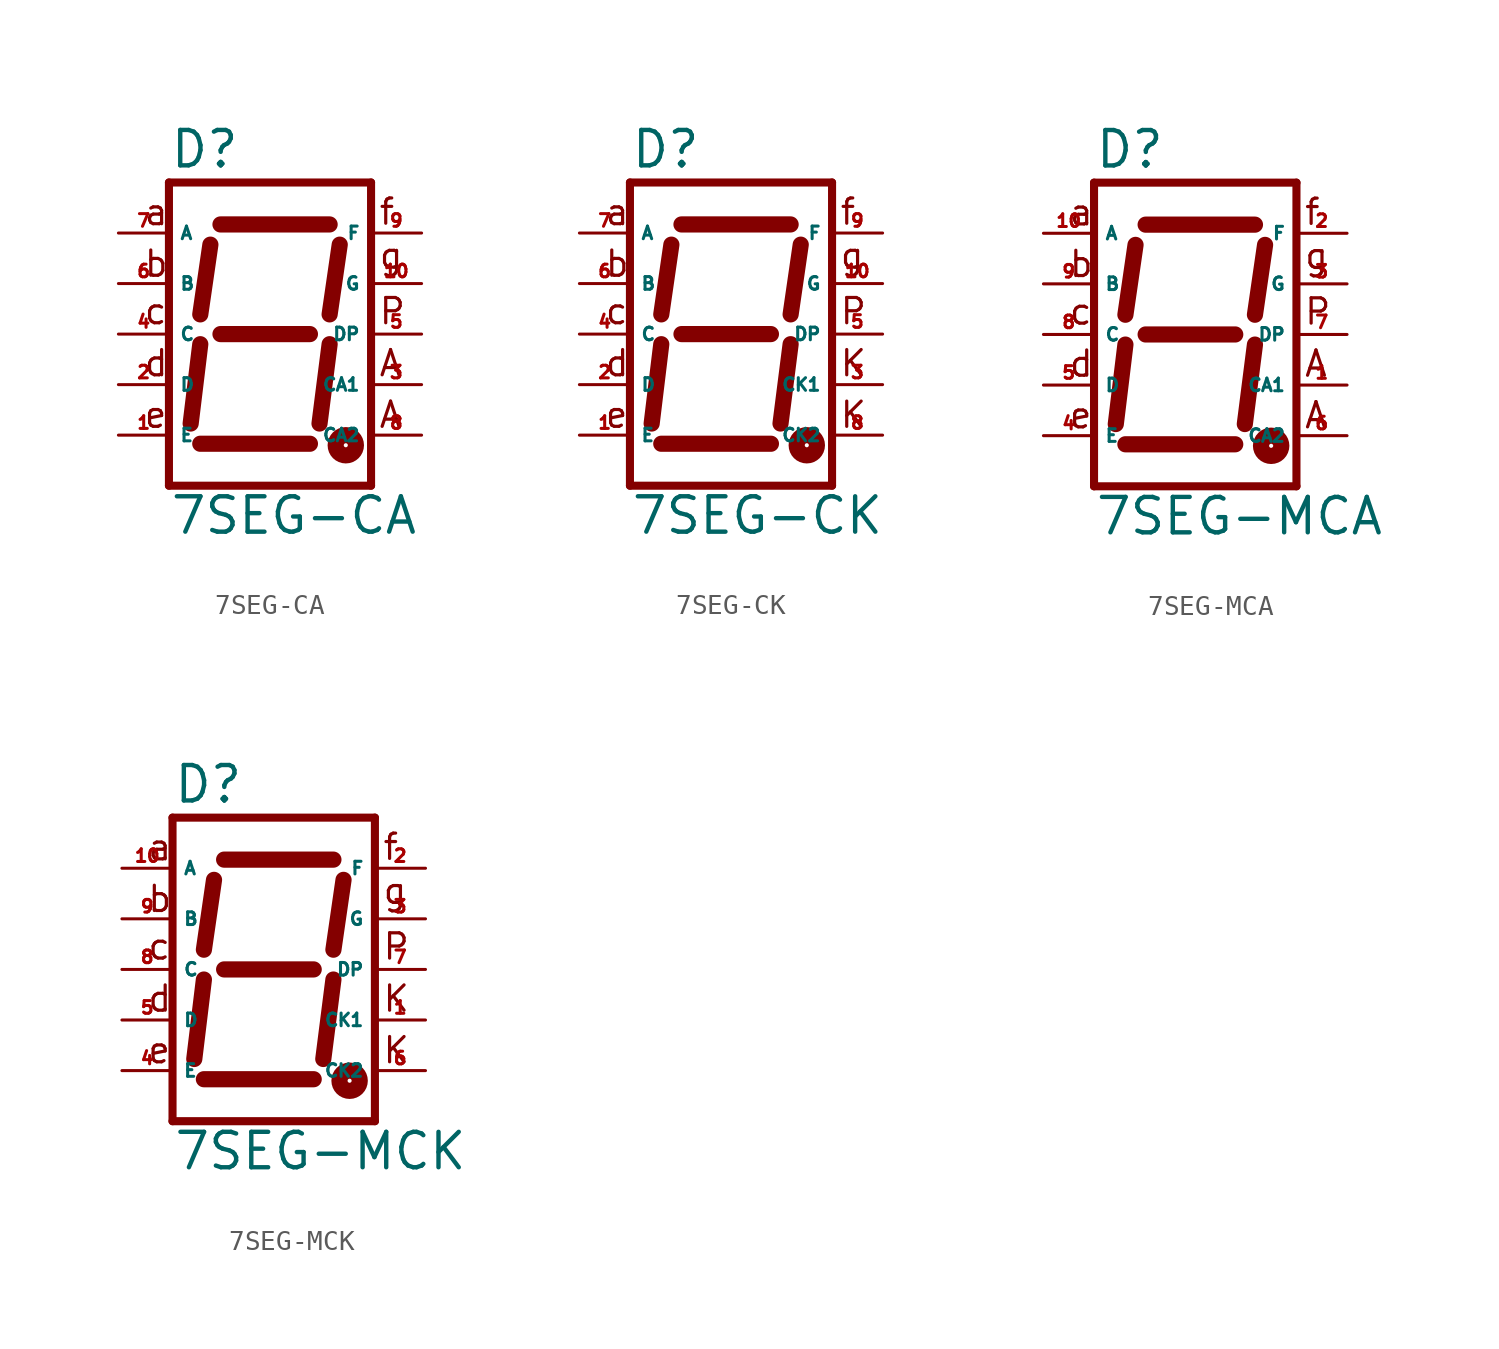
<source format=kicad_sym>
(kicad_symbol_lib
  (version 20220914)
  (generator Eagle2Kicad)
  (symbol "7SEG-CA"
    (property "Reference" "D"
      (at -5.08 8.255 0)
      (effects (font (size 1.778 1.778) (thickness 0.22)) (justify left bottom)))
    (property "Value" "7SEG-CA"
      (at -5.08 -10.16 0)
      (effects (font (size 1.778 1.778) (thickness 0.22)) (justify left bottom)))
    (polyline
      (pts (xy -5.08 7.62) (xy -5.08 -7.62))
      (stroke (width 0.406) (type default))
      (fill (type none)))
    (polyline
      (pts (xy -5.08 -7.62) (xy 5.08 -7.62))
      (stroke (width 0.406) (type default))
      (fill (type none)))
    (polyline
      (pts (xy 5.08 -7.62) (xy 5.08 7.62))
      (stroke (width 0.406) (type default))
      (fill (type none)))
    (polyline
      (pts (xy 5.08 7.62) (xy -5.08 7.62))
      (stroke (width 0.406) (type default))
      (fill (type none)))
    (polyline
      (pts (xy -2.489 5.512) (xy 2.997 5.512))
      (stroke (width 0.813) (type default))
      (fill (type none)))
    (polyline
      (pts (xy -3.505 -5.512) (xy 2.007 -5.512))
      (stroke (width 0.813) (type default))
      (fill (type none)))
    (polyline
      (pts (xy -2.997 4.496) (xy -3.505 0.991))
      (stroke (width 0.813) (type default))
      (fill (type none)))
    (polyline
      (pts (xy -3.505 -0.508) (xy -3.988 -4.496))
      (stroke (width 0.813) (type default))
      (fill (type none)))
    (polyline
      (pts (xy 3.505 4.496) (xy 2.997 0.991))
      (stroke (width 0.813) (type default))
      (fill (type none)))
    (polyline
      (pts (xy 2.997 -0.508) (xy 2.489 -4.496))
      (stroke (width 0.813) (type default))
      (fill (type none)))
    (polyline
      (pts (xy -2.489 0) (xy 2.007 0))
      (stroke (width 0.813) (type default))
      (fill (type none)))
    (text "a"
      (at -6.401 5.385 0)
      (effects (font (size 1.27 1.27) (thickness 0.16)) (justify left bottom)))
    (text "b"
      (at -6.401 2.794 0)
      (effects (font (size 1.27 1.27) (thickness 0.16)) (justify left bottom)))
    (text "c"
      (at -6.401 0.406 0)
      (effects (font (size 1.27 1.27) (thickness 0.16)) (justify left bottom)))
    (text "d"
      (at -6.401 -2.21 0)
      (effects (font (size 1.27 1.27) (thickness 0.16)) (justify left bottom)))
    (text "e"
      (at -6.401 -4.801 0)
      (effects (font (size 1.27 1.27) (thickness 0.16)) (justify left bottom)))
    (text "f"
      (at 5.41 5.41 0)
      (effects (font (size 1.27 1.27) (thickness 0.16)) (justify left bottom)))
    (text "g"
      (at 5.41 3.2 0)
      (effects (font (size 1.27 1.27) (thickness 0.16)) (justify left bottom)))
    (text "P"
      (at 5.41 0.406 0)
      (effects (font (size 1.27 1.27) (thickness 0.16)) (justify left bottom)))
    (text "A"
      (at 5.41 -2.21 0)
      (effects (font (size 1.27 1.27) (thickness 0.16)) (justify left bottom)))
    (text "A"
      (at 5.41 -4.801 0)
      (effects (font (size 1.27 1.27) (thickness 0.16)) (justify left bottom)))
    (circle
      (center 3.81 -5.588)
      (radius 0.102)
      (stroke (width 0.813) (type default))
      (fill (type none)))
    (pin passive line
      (at -7.62 0 0)
      (length 2.54)
      (name "C" (effects (font (size 0.635 0.635) (thickness 0.08)) (justify left bottom)))
      (number "4" (effects (font (size 0.635 0.635) (thickness 0.08)) (justify left bottom))))
    (pin passive line
      (at -7.62 2.54 0)
      (length 2.54)
      (name "B" (effects (font (size 0.635 0.635) (thickness 0.08)) (justify left bottom)))
      (number "6" (effects (font (size 0.635 0.635) (thickness 0.08)) (justify left bottom))))
    (pin passive line
      (at -7.62 5.08 0)
      (length 2.54)
      (name "A" (effects (font (size 0.635 0.635) (thickness 0.08)) (justify left bottom)))
      (number "7" (effects (font (size 0.635 0.635) (thickness 0.08)) (justify left bottom))))
    (pin passive line
      (at -7.62 -2.54 0)
      (length 2.54)
      (name "D" (effects (font (size 0.635 0.635) (thickness 0.08)) (justify left bottom)))
      (number "2" (effects (font (size 0.635 0.635) (thickness 0.08)) (justify left bottom))))
    (pin passive line
      (at -7.62 -5.08 0)
      (length 2.54)
      (name "E" (effects (font (size 0.635 0.635) (thickness 0.08)) (justify left bottom)))
      (number "1" (effects (font (size 0.635 0.635) (thickness 0.08)) (justify left bottom))))
    (pin passive line
      (at 7.62 -2.54 180)
      (length 2.54)
      (name "CA1" (effects (font (size 0.635 0.635) (thickness 0.08)) (justify left bottom)))
      (number "3" (effects (font (size 0.635 0.635) (thickness 0.08)) (justify left bottom))))
    (pin passive line
      (at 7.62 0 180)
      (length 2.54)
      (name "DP" (effects (font (size 0.635 0.635) (thickness 0.08)) (justify left bottom)))
      (number "5" (effects (font (size 0.635 0.635) (thickness 0.08)) (justify left bottom))))
    (pin passive line
      (at 7.62 2.54 180)
      (length 2.54)
      (name "G" (effects (font (size 0.635 0.635) (thickness 0.08)) (justify left bottom)))
      (number "10" (effects (font (size 0.635 0.635) (thickness 0.08)) (justify left bottom))))
    (pin passive line
      (at 7.62 5.08 180)
      (length 2.54)
      (name "F" (effects (font (size 0.635 0.635) (thickness 0.08)) (justify left bottom)))
      (number "9" (effects (font (size 0.635 0.635) (thickness 0.08)) (justify left bottom))))
    (pin passive line
      (at 7.62 -5.08 180)
      (length 2.54)
      (name "CA2" (effects (font (size 0.635 0.635) (thickness 0.08)) (justify left bottom)))
      (number "8" (effects (font (size 0.635 0.635) (thickness 0.08)) (justify left bottom)))))
  (symbol "7SEG-CK"
    (property "Reference" "D"
      (at -5.08 8.255 0)
      (effects (font (size 1.778 1.778) (thickness 0.22)) (justify left bottom)))
    (property "Value" "7SEG-CK"
      (at -5.08 -10.16 0)
      (effects (font (size 1.778 1.778) (thickness 0.22)) (justify left bottom)))
    (polyline
      (pts (xy -5.08 7.62) (xy -5.08 -7.62))
      (stroke (width 0.406) (type default))
      (fill (type none)))
    (polyline
      (pts (xy -5.08 -7.62) (xy 5.08 -7.62))
      (stroke (width 0.406) (type default))
      (fill (type none)))
    (polyline
      (pts (xy 5.08 -7.62) (xy 5.08 7.62))
      (stroke (width 0.406) (type default))
      (fill (type none)))
    (polyline
      (pts (xy 5.08 7.62) (xy -5.08 7.62))
      (stroke (width 0.406) (type default))
      (fill (type none)))
    (polyline
      (pts (xy -2.489 5.512) (xy 2.997 5.512))
      (stroke (width 0.813) (type default))
      (fill (type none)))
    (polyline
      (pts (xy -3.505 -5.512) (xy 2.007 -5.512))
      (stroke (width 0.813) (type default))
      (fill (type none)))
    (polyline
      (pts (xy -2.997 4.496) (xy -3.505 0.991))
      (stroke (width 0.813) (type default))
      (fill (type none)))
    (polyline
      (pts (xy -3.505 -0.508) (xy -3.988 -4.496))
      (stroke (width 0.813) (type default))
      (fill (type none)))
    (polyline
      (pts (xy 3.505 4.496) (xy 2.997 0.991))
      (stroke (width 0.813) (type default))
      (fill (type none)))
    (polyline
      (pts (xy 2.997 -0.508) (xy 2.489 -4.496))
      (stroke (width 0.813) (type default))
      (fill (type none)))
    (polyline
      (pts (xy -2.489 0) (xy 2.007 0))
      (stroke (width 0.813) (type default))
      (fill (type none)))
    (text "a"
      (at -6.401 5.385 0)
      (effects (font (size 1.27 1.27) (thickness 0.16)) (justify left bottom)))
    (text "b"
      (at -6.401 2.794 0)
      (effects (font (size 1.27 1.27) (thickness 0.16)) (justify left bottom)))
    (text "c"
      (at -6.401 0.406 0)
      (effects (font (size 1.27 1.27) (thickness 0.16)) (justify left bottom)))
    (text "d"
      (at -6.401 -2.21 0)
      (effects (font (size 1.27 1.27) (thickness 0.16)) (justify left bottom)))
    (text "e"
      (at -6.401 -4.801 0)
      (effects (font (size 1.27 1.27) (thickness 0.16)) (justify left bottom)))
    (text "f"
      (at 5.41 5.41 0)
      (effects (font (size 1.27 1.27) (thickness 0.16)) (justify left bottom)))
    (text "g"
      (at 5.41 3.2 0)
      (effects (font (size 1.27 1.27) (thickness 0.16)) (justify left bottom)))
    (text "P"
      (at 5.41 0.406 0)
      (effects (font (size 1.27 1.27) (thickness 0.16)) (justify left bottom)))
    (text "K"
      (at 5.41 -2.21 0)
      (effects (font (size 1.27 1.27) (thickness 0.16)) (justify left bottom)))
    (text "K"
      (at 5.41 -4.801 0)
      (effects (font (size 1.27 1.27) (thickness 0.16)) (justify left bottom)))
    (circle
      (center 3.81 -5.588)
      (radius 0.102)
      (stroke (width 0.813) (type default))
      (fill (type none)))
    (pin passive line
      (at -7.62 0 0)
      (length 2.54)
      (name "C" (effects (font (size 0.635 0.635) (thickness 0.08)) (justify left bottom)))
      (number "4" (effects (font (size 0.635 0.635) (thickness 0.08)) (justify left bottom))))
    (pin passive line
      (at -7.62 2.54 0)
      (length 2.54)
      (name "B" (effects (font (size 0.635 0.635) (thickness 0.08)) (justify left bottom)))
      (number "6" (effects (font (size 0.635 0.635) (thickness 0.08)) (justify left bottom))))
    (pin passive line
      (at -7.62 5.08 0)
      (length 2.54)
      (name "A" (effects (font (size 0.635 0.635) (thickness 0.08)) (justify left bottom)))
      (number "7" (effects (font (size 0.635 0.635) (thickness 0.08)) (justify left bottom))))
    (pin passive line
      (at -7.62 -2.54 0)
      (length 2.54)
      (name "D" (effects (font (size 0.635 0.635) (thickness 0.08)) (justify left bottom)))
      (number "2" (effects (font (size 0.635 0.635) (thickness 0.08)) (justify left bottom))))
    (pin passive line
      (at -7.62 -5.08 0)
      (length 2.54)
      (name "E" (effects (font (size 0.635 0.635) (thickness 0.08)) (justify left bottom)))
      (number "1" (effects (font (size 0.635 0.635) (thickness 0.08)) (justify left bottom))))
    (pin passive line
      (at 7.62 -2.54 180)
      (length 2.54)
      (name "CK1" (effects (font (size 0.635 0.635) (thickness 0.08)) (justify left bottom)))
      (number "3" (effects (font (size 0.635 0.635) (thickness 0.08)) (justify left bottom))))
    (pin passive line
      (at 7.62 0 180)
      (length 2.54)
      (name "DP" (effects (font (size 0.635 0.635) (thickness 0.08)) (justify left bottom)))
      (number "5" (effects (font (size 0.635 0.635) (thickness 0.08)) (justify left bottom))))
    (pin passive line
      (at 7.62 2.54 180)
      (length 2.54)
      (name "G" (effects (font (size 0.635 0.635) (thickness 0.08)) (justify left bottom)))
      (number "10" (effects (font (size 0.635 0.635) (thickness 0.08)) (justify left bottom))))
    (pin passive line
      (at 7.62 5.08 180)
      (length 2.54)
      (name "F" (effects (font (size 0.635 0.635) (thickness 0.08)) (justify left bottom)))
      (number "9" (effects (font (size 0.635 0.635) (thickness 0.08)) (justify left bottom))))
    (pin passive line
      (at 7.62 -5.08 180)
      (length 2.54)
      (name "CK2" (effects (font (size 0.635 0.635) (thickness 0.08)) (justify left bottom)))
      (number "8" (effects (font (size 0.635 0.635) (thickness 0.08)) (justify left bottom)))))
  (symbol "7SEG-MCA"
    (property "Reference" "D"
      (at -5.08 8.255 0)
      (effects (font (size 1.778 1.778) (thickness 0.22)) (justify left bottom)))
    (property "Value" "7SEG-MCA"
      (at -5.08 -10.16 0)
      (effects (font (size 1.778 1.778) (thickness 0.22)) (justify left bottom)))
    (polyline
      (pts (xy -5.08 7.62) (xy -5.08 -7.62))
      (stroke (width 0.406) (type default))
      (fill (type none)))
    (polyline
      (pts (xy -5.08 -7.62) (xy 5.08 -7.62))
      (stroke (width 0.406) (type default))
      (fill (type none)))
    (polyline
      (pts (xy 5.08 -7.62) (xy 5.08 7.62))
      (stroke (width 0.406) (type default))
      (fill (type none)))
    (polyline
      (pts (xy 5.08 7.62) (xy -5.08 7.62))
      (stroke (width 0.406) (type default))
      (fill (type none)))
    (polyline
      (pts (xy -2.489 5.512) (xy 2.997 5.512))
      (stroke (width 0.813) (type default))
      (fill (type none)))
    (polyline
      (pts (xy -3.505 -5.512) (xy 2.007 -5.512))
      (stroke (width 0.813) (type default))
      (fill (type none)))
    (polyline
      (pts (xy -2.997 4.496) (xy -3.505 0.991))
      (stroke (width 0.813) (type default))
      (fill (type none)))
    (polyline
      (pts (xy -3.505 -0.508) (xy -3.988 -4.496))
      (stroke (width 0.813) (type default))
      (fill (type none)))
    (polyline
      (pts (xy 3.505 4.496) (xy 2.997 0.991))
      (stroke (width 0.813) (type default))
      (fill (type none)))
    (polyline
      (pts (xy 2.997 -0.508) (xy 2.489 -4.496))
      (stroke (width 0.813) (type default))
      (fill (type none)))
    (polyline
      (pts (xy -2.489 0) (xy 2.007 0))
      (stroke (width 0.813) (type default))
      (fill (type none)))
    (text "a"
      (at -6.401 5.385 0)
      (effects (font (size 1.27 1.27) (thickness 0.16)) (justify left bottom)))
    (text "b"
      (at -6.401 2.794 0)
      (effects (font (size 1.27 1.27) (thickness 0.16)) (justify left bottom)))
    (text "c"
      (at -6.401 0.406 0)
      (effects (font (size 1.27 1.27) (thickness 0.16)) (justify left bottom)))
    (text "d"
      (at -6.401 -2.21 0)
      (effects (font (size 1.27 1.27) (thickness 0.16)) (justify left bottom)))
    (text "e"
      (at -6.401 -4.801 0)
      (effects (font (size 1.27 1.27) (thickness 0.16)) (justify left bottom)))
    (text "f"
      (at 5.41 5.41 0)
      (effects (font (size 1.27 1.27) (thickness 0.16)) (justify left bottom)))
    (text "g"
      (at 5.41 3.2 0)
      (effects (font (size 1.27 1.27) (thickness 0.16)) (justify left bottom)))
    (text "P"
      (at 5.41 0.406 0)
      (effects (font (size 1.27 1.27) (thickness 0.16)) (justify left bottom)))
    (text "A"
      (at 5.41 -2.21 0)
      (effects (font (size 1.27 1.27) (thickness 0.16)) (justify left bottom)))
    (text "A"
      (at 5.41 -4.801 0)
      (effects (font (size 1.27 1.27) (thickness 0.16)) (justify left bottom)))
    (circle
      (center 3.81 -5.588)
      (radius 0.102)
      (stroke (width 0.813) (type default))
      (fill (type none)))
    (pin passive line
      (at -7.62 0 0)
      (length 2.54)
      (name "C" (effects (font (size 0.635 0.635) (thickness 0.08)) (justify left bottom)))
      (number "8" (effects (font (size 0.635 0.635) (thickness 0.08)) (justify left bottom))))
    (pin passive line
      (at -7.62 2.54 0)
      (length 2.54)
      (name "B" (effects (font (size 0.635 0.635) (thickness 0.08)) (justify left bottom)))
      (number "9" (effects (font (size 0.635 0.635) (thickness 0.08)) (justify left bottom))))
    (pin passive line
      (at -7.62 5.08 0)
      (length 2.54)
      (name "A" (effects (font (size 0.635 0.635) (thickness 0.08)) (justify left bottom)))
      (number "10" (effects (font (size 0.635 0.635) (thickness 0.08)) (justify left bottom))))
    (pin passive line
      (at -7.62 -2.54 0)
      (length 2.54)
      (name "D" (effects (font (size 0.635 0.635) (thickness 0.08)) (justify left bottom)))
      (number "5" (effects (font (size 0.635 0.635) (thickness 0.08)) (justify left bottom))))
    (pin passive line
      (at -7.62 -5.08 0)
      (length 2.54)
      (name "E" (effects (font (size 0.635 0.635) (thickness 0.08)) (justify left bottom)))
      (number "4" (effects (font (size 0.635 0.635) (thickness 0.08)) (justify left bottom))))
    (pin passive line
      (at 7.62 -2.54 180)
      (length 2.54)
      (name "CA1" (effects (font (size 0.635 0.635) (thickness 0.08)) (justify left bottom)))
      (number "1" (effects (font (size 0.635 0.635) (thickness 0.08)) (justify left bottom))))
    (pin passive line
      (at 7.62 0 180)
      (length 2.54)
      (name "DP" (effects (font (size 0.635 0.635) (thickness 0.08)) (justify left bottom)))
      (number "7" (effects (font (size 0.635 0.635) (thickness 0.08)) (justify left bottom))))
    (pin passive line
      (at 7.62 2.54 180)
      (length 2.54)
      (name "G" (effects (font (size 0.635 0.635) (thickness 0.08)) (justify left bottom)))
      (number "3" (effects (font (size 0.635 0.635) (thickness 0.08)) (justify left bottom))))
    (pin passive line
      (at 7.62 5.08 180)
      (length 2.54)
      (name "F" (effects (font (size 0.635 0.635) (thickness 0.08)) (justify left bottom)))
      (number "2" (effects (font (size 0.635 0.635) (thickness 0.08)) (justify left bottom))))
    (pin passive line
      (at 7.62 -5.08 180)
      (length 2.54)
      (name "CA2" (effects (font (size 0.635 0.635) (thickness 0.08)) (justify left bottom)))
      (number "6" (effects (font (size 0.635 0.635) (thickness 0.08)) (justify left bottom)))))
  (symbol "7SEG-MCK"
    (property "Reference" "D"
      (at -5.08 8.255 0)
      (effects (font (size 1.778 1.778) (thickness 0.22)) (justify left bottom)))
    (property "Value" "7SEG-MCK"
      (at -5.08 -10.16 0)
      (effects (font (size 1.778 1.778) (thickness 0.22)) (justify left bottom)))
    (polyline
      (pts (xy -5.08 7.62) (xy -5.08 -7.62))
      (stroke (width 0.406) (type default))
      (fill (type none)))
    (polyline
      (pts (xy -5.08 -7.62) (xy 5.08 -7.62))
      (stroke (width 0.406) (type default))
      (fill (type none)))
    (polyline
      (pts (xy 5.08 -7.62) (xy 5.08 7.62))
      (stroke (width 0.406) (type default))
      (fill (type none)))
    (polyline
      (pts (xy 5.08 7.62) (xy -5.08 7.62))
      (stroke (width 0.406) (type default))
      (fill (type none)))
    (polyline
      (pts (xy -2.489 5.512) (xy 2.997 5.512))
      (stroke (width 0.813) (type default))
      (fill (type none)))
    (polyline
      (pts (xy -3.505 -5.512) (xy 2.007 -5.512))
      (stroke (width 0.813) (type default))
      (fill (type none)))
    (polyline
      (pts (xy -2.997 4.496) (xy -3.505 0.991))
      (stroke (width 0.813) (type default))
      (fill (type none)))
    (polyline
      (pts (xy -3.505 -0.508) (xy -3.988 -4.496))
      (stroke (width 0.813) (type default))
      (fill (type none)))
    (polyline
      (pts (xy 3.505 4.496) (xy 2.997 0.991))
      (stroke (width 0.813) (type default))
      (fill (type none)))
    (polyline
      (pts (xy 2.997 -0.508) (xy 2.489 -4.496))
      (stroke (width 0.813) (type default))
      (fill (type none)))
    (polyline
      (pts (xy -2.489 0) (xy 2.007 0))
      (stroke (width 0.813) (type default))
      (fill (type none)))
    (text "a"
      (at -6.401 5.385 0)
      (effects (font (size 1.27 1.27) (thickness 0.16)) (justify left bottom)))
    (text "b"
      (at -6.401 2.794 0)
      (effects (font (size 1.27 1.27) (thickness 0.16)) (justify left bottom)))
    (text "c"
      (at -6.401 0.406 0)
      (effects (font (size 1.27 1.27) (thickness 0.16)) (justify left bottom)))
    (text "d"
      (at -6.401 -2.21 0)
      (effects (font (size 1.27 1.27) (thickness 0.16)) (justify left bottom)))
    (text "e"
      (at -6.401 -4.801 0)
      (effects (font (size 1.27 1.27) (thickness 0.16)) (justify left bottom)))
    (text "f"
      (at 5.41 5.41 0)
      (effects (font (size 1.27 1.27) (thickness 0.16)) (justify left bottom)))
    (text "g"
      (at 5.41 3.2 0)
      (effects (font (size 1.27 1.27) (thickness 0.16)) (justify left bottom)))
    (text "P"
      (at 5.41 0.406 0)
      (effects (font (size 1.27 1.27) (thickness 0.16)) (justify left bottom)))
    (text "K"
      (at 5.41 -2.21 0)
      (effects (font (size 1.27 1.27) (thickness 0.16)) (justify left bottom)))
    (text "K"
      (at 5.41 -4.801 0)
      (effects (font (size 1.27 1.27) (thickness 0.16)) (justify left bottom)))
    (circle
      (center 3.81 -5.588)
      (radius 0.102)
      (stroke (width 0.813) (type default))
      (fill (type none)))
    (pin passive line
      (at -7.62 0 0)
      (length 2.54)
      (name "C" (effects (font (size 0.635 0.635) (thickness 0.08)) (justify left bottom)))
      (number "8" (effects (font (size 0.635 0.635) (thickness 0.08)) (justify left bottom))))
    (pin passive line
      (at -7.62 2.54 0)
      (length 2.54)
      (name "B" (effects (font (size 0.635 0.635) (thickness 0.08)) (justify left bottom)))
      (number "9" (effects (font (size 0.635 0.635) (thickness 0.08)) (justify left bottom))))
    (pin passive line
      (at -7.62 5.08 0)
      (length 2.54)
      (name "A" (effects (font (size 0.635 0.635) (thickness 0.08)) (justify left bottom)))
      (number "10" (effects (font (size 0.635 0.635) (thickness 0.08)) (justify left bottom))))
    (pin passive line
      (at -7.62 -2.54 0)
      (length 2.54)
      (name "D" (effects (font (size 0.635 0.635) (thickness 0.08)) (justify left bottom)))
      (number "5" (effects (font (size 0.635 0.635) (thickness 0.08)) (justify left bottom))))
    (pin passive line
      (at -7.62 -5.08 0)
      (length 2.54)
      (name "E" (effects (font (size 0.635 0.635) (thickness 0.08)) (justify left bottom)))
      (number "4" (effects (font (size 0.635 0.635) (thickness 0.08)) (justify left bottom))))
    (pin passive line
      (at 7.62 -2.54 180)
      (length 2.54)
      (name "CK1" (effects (font (size 0.635 0.635) (thickness 0.08)) (justify left bottom)))
      (number "1" (effects (font (size 0.635 0.635) (thickness 0.08)) (justify left bottom))))
    (pin passive line
      (at 7.62 0 180)
      (length 2.54)
      (name "DP" (effects (font (size 0.635 0.635) (thickness 0.08)) (justify left bottom)))
      (number "7" (effects (font (size 0.635 0.635) (thickness 0.08)) (justify left bottom))))
    (pin passive line
      (at 7.62 2.54 180)
      (length 2.54)
      (name "G" (effects (font (size 0.635 0.635) (thickness 0.08)) (justify left bottom)))
      (number "3" (effects (font (size 0.635 0.635) (thickness 0.08)) (justify left bottom))))
    (pin passive line
      (at 7.62 5.08 180)
      (length 2.54)
      (name "F" (effects (font (size 0.635 0.635) (thickness 0.08)) (justify left bottom)))
      (number "2" (effects (font (size 0.635 0.635) (thickness 0.08)) (justify left bottom))))
    (pin passive line
      (at 7.62 -5.08 180)
      (length 2.54)
      (name "CK2" (effects (font (size 0.635 0.635) (thickness 0.08)) (justify left bottom)))
      (number "6" (effects (font (size 0.635 0.635) (thickness 0.08)) (justify left bottom))))))
</source>
